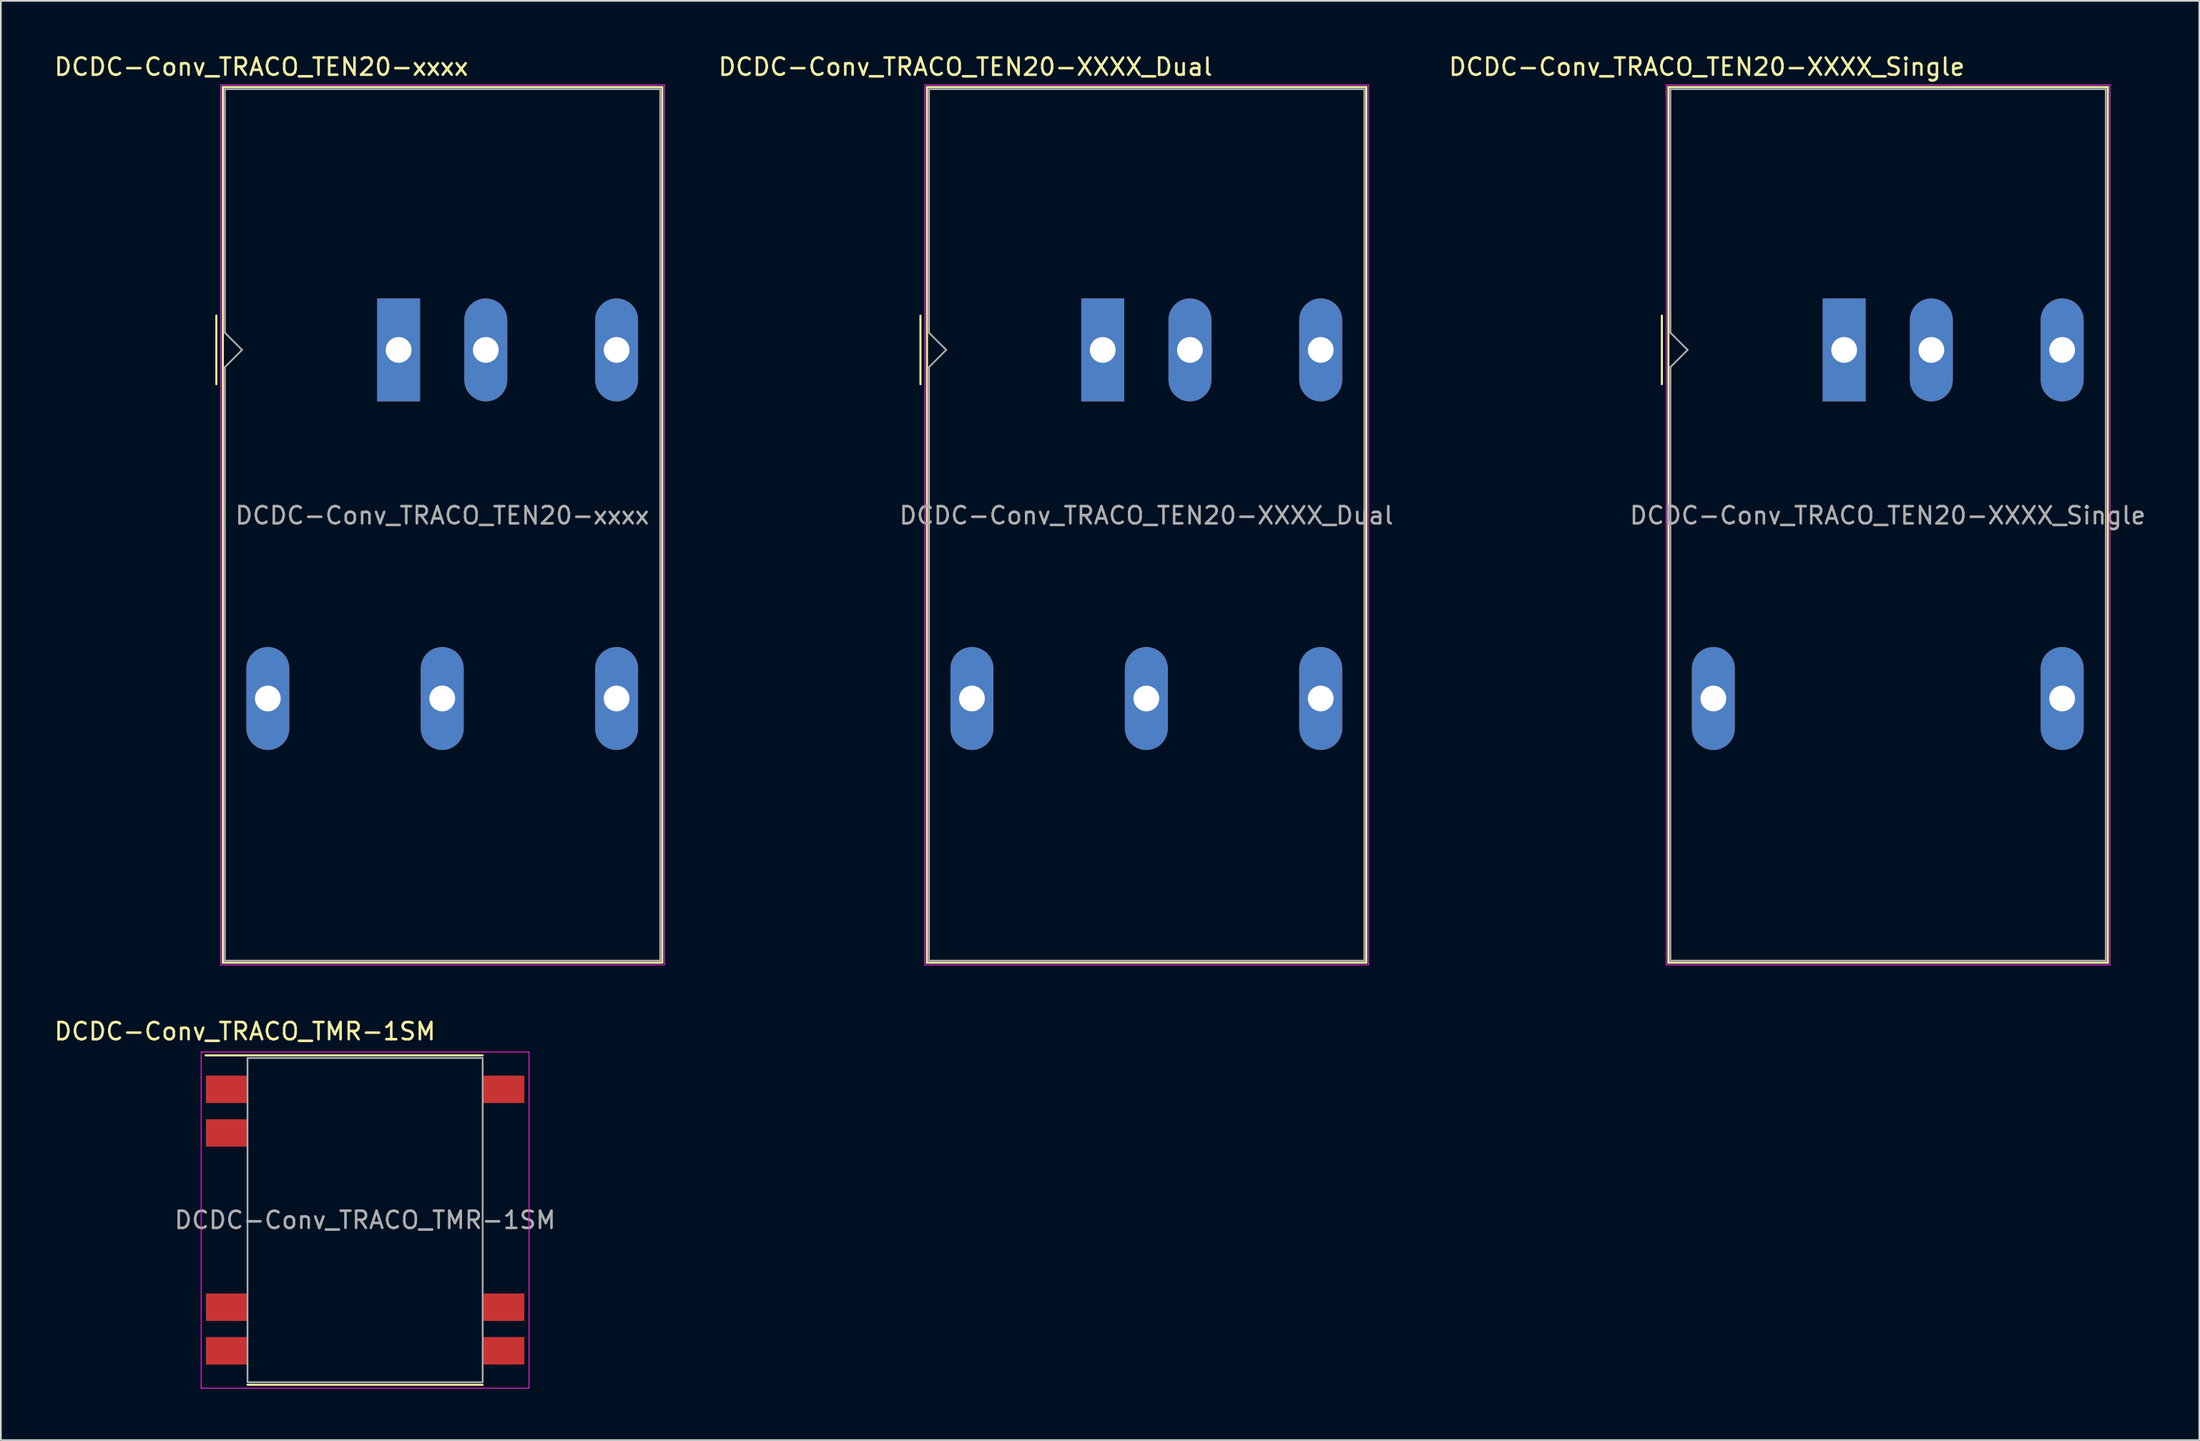
<source format=kicad_pcb>
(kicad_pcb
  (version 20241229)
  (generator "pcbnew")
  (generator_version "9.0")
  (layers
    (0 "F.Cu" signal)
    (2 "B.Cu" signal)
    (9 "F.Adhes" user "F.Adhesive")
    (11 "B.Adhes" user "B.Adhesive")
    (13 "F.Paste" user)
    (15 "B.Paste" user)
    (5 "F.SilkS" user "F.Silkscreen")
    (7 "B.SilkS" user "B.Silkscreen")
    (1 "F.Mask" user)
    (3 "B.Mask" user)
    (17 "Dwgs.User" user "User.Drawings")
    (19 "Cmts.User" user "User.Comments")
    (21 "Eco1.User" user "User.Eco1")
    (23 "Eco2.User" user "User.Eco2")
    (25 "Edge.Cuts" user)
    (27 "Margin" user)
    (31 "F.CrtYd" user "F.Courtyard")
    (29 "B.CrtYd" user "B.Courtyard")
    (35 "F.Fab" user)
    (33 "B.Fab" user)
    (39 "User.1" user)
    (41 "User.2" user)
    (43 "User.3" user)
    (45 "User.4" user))
  (footprint "DCDC-Conv_TRACO_TEN20-XXXX_Single"
    (layer "F.Cu")
    (at 104.388 17.348)
    (property "Reference" "DCDC-Conv_TRACO_TEN20-XXXX_Single" (at -8 -16.5 180) (layer "F.SilkS") (effects (font (size 1 1) (thickness 0.15))))
    (attr through_hole)
    (fp_line (start -10.62 -2) (end -10.62 2) (stroke (width 0.12) (type solid)) (layer "F.SilkS"))
    (fp_line (start -10.24 -15.32) (end 15.36 -15.32) (stroke (width 0.12) (type solid)) (layer "F.SilkS"))
    (fp_line (start -10.24 35.72) (end -10.24 -15.32) (stroke (width 0.12) (type solid)) (layer "F.SilkS"))
    (fp_line (start 15.36 -15.32) (end 15.36 35.72) (stroke (width 0.12) (type solid)) (layer "F.SilkS"))
    (fp_line (start 15.36 35.72) (end -10.24 35.72) (stroke (width 0.12) (type solid)) (layer "F.SilkS"))
    (fp_line (start -10.37 -15.45) (end 15.49 -15.45) (stroke (width 0.05) (type solid)) (layer "F.CrtYd"))
    (fp_line (start -10.37 35.85) (end -10.37 -15.45) (stroke (width 0.05) (type solid)) (layer "F.CrtYd"))
    (fp_line (start -10.37 35.85) (end 15.49 35.85) (stroke (width 0.05) (type solid)) (layer "F.CrtYd"))
    (fp_line (start 15.49 35.85) (end 15.49 -15.45) (stroke (width 0.05) (type solid)) (layer "F.CrtYd"))
    (fp_line (start -10.12 -1) (end -10.12 -15.2) (stroke (width 0.1) (type solid)) (layer "F.Fab"))
    (fp_line (start -10.12 1) (end -10.12 35.6) (stroke (width 0.1) (type solid)) (layer "F.Fab"))
    (fp_line (start -10.12 1) (end -9.12 0) (stroke (width 0.1) (type solid)) (layer "F.Fab"))
    (fp_line (start -10.12 35.6) (end 15.24 35.6) (stroke (width 0.1) (type solid)) (layer "F.Fab"))
    (fp_line (start -9.12 0) (end -10.12 -1) (stroke (width 0.1) (type solid)) (layer "F.Fab"))
    (fp_line (start 15.24 -15.2) (end -10.12 -15.2) (stroke (width 0.1) (type solid)) (layer "F.Fab"))
    (fp_line (start 15.24 35.6) (end 15.24 -15.2) (stroke (width 0.1) (type solid)) (layer "F.Fab"))
    (fp_text user "${REFERENCE}" (at 2.54 9.652 0) (layer "F.Fab") (effects (font (size 1 1) (thickness 0.15))))
    (pad "1" thru_hole rect (at 0 0 90) (size 6 2.5) (drill 1.5) (layers "*.Cu" "*.Mask"))
    (pad "2" thru_hole oval (at 5.08 0 90) (size 6 2.5) (drill 1.5) (layers "*.Cu" "*.Mask"))
    (pad "3" thru_hole oval (at -7.62 20.32 90) (size 6 2.5) (drill 1.5) (layers "*.Cu" "*.Mask"))
    (pad "5" thru_hole oval (at 12.7 20.32 90) (size 6 2.5) (drill 1.5) (layers "*.Cu" "*.Mask"))
    (pad "6" thru_hole oval (at 12.7 0 90) (size 6 2.5) (drill 1.5) (layers "*.Cu" "*.Mask")))
  (footprint "DCDC-Conv_TRACO_TMR-1SM"
    (layer "F.Cu")
    (at 18.22 68.072)
    (property "Reference" "DCDC-Conv_TRACO_TMR-1SM" (at -7 -11 0) (layer "F.SilkS") (effects (font (size 1 1) (thickness 0.15))))
    (attr smd)
    (fp_line (start -9.3 -9.6) (end 6.85 -9.6) (stroke (width 0.12) (type solid)) (layer "F.SilkS"))
    (fp_line (start -6.85 9.6) (end 6.85 9.6) (stroke (width 0.12) (type solid)) (layer "F.SilkS"))
    (fp_line (start -9.55 -9.8) (end -9.55 9.8) (stroke (width 0.05) (type solid)) (layer "F.CrtYd"))
    (fp_line (start -9.55 -9.8) (end 9.55 -9.8) (stroke (width 0.05) (type solid)) (layer "F.CrtYd"))
    (fp_line (start -9.55 9.8) (end 9.55 9.8) (stroke (width 0.05) (type solid)) (layer "F.CrtYd"))
    (fp_line (start 9.55 -9.8) (end 9.55 9.8) (stroke (width 0.05) (type solid)) (layer "F.CrtYd"))
    (fp_line (start -6.85 -9.45) (end -6.85 9.45) (stroke (width 0.1) (type solid)) (layer "F.Fab"))
    (fp_line (start 6.85 -9.45) (end -6.85 -9.45) (stroke (width 0.1) (type solid)) (layer "F.Fab"))
    (fp_line (start 6.85 -9.45) (end 6.85 9.45) (stroke (width 0.1) (type solid)) (layer "F.Fab"))
    (fp_line (start 6.85 9.45) (end -6.85 9.45) (stroke (width 0.1) (type solid)) (layer "F.Fab"))
    (fp_text user "${REFERENCE}" (at 0 0 180) (layer "F.Fab") (effects (font (size 1 1) (thickness 0.15))))
    (pad "1" smd rect (at -8.075 -7.62) (size 2.4 1.6) (layers "F.Cu" "F.Mask" "F.Paste"))
    (pad "2" smd rect (at -8.075 -5.08) (size 2.4 1.6) (layers "F.Cu" "F.Mask" "F.Paste"))
    (pad "6" smd rect (at -8.075 5.08) (size 2.4 1.6) (layers "F.Cu" "F.Mask" "F.Paste"))
    (pad "7" smd rect (at -8.075 7.62) (size 2.4 1.6) (layers "F.Cu" "F.Mask" "F.Paste"))
    (pad "8" smd rect (at 8.075 7.62) (size 2.4 1.6) (layers "F.Cu" "F.Mask" "F.Paste"))
    (pad "9" smd rect (at 8.075 5.08) (size 2.4 1.6) (layers "F.Cu" "F.Mask" "F.Paste"))
    (pad "14" smd rect (at 8.075 -7.62) (size 2.4 1.6) (layers "F.Cu" "F.Mask" "F.Paste")))
  (footprint "DCDC-Conv_TRACO_TEN20-XXXX_Dual"
    (layer "F.Cu")
    (at 61.194 17.348)
    (property "Reference" "DCDC-Conv_TRACO_TEN20-XXXX_Dual" (at -8 -16.5 180) (layer "F.SilkS") (effects (font (size 1 1) (thickness 0.15))))
    (attr through_hole)
    (fp_line (start -10.62 -2) (end -10.62 2) (stroke (width 0.12) (type solid)) (layer "F.SilkS"))
    (fp_line (start -10.24 -15.32) (end 15.36 -15.32) (stroke (width 0.12) (type solid)) (layer "F.SilkS"))
    (fp_line (start -10.24 35.72) (end -10.24 -15.32) (stroke (width 0.12) (type solid)) (layer "F.SilkS"))
    (fp_line (start 15.36 -15.32) (end 15.36 35.72) (stroke (width 0.12) (type solid)) (layer "F.SilkS"))
    (fp_line (start 15.36 35.72) (end -10.24 35.72) (stroke (width 0.12) (type solid)) (layer "F.SilkS"))
    (fp_line (start -10.37 -15.45) (end 15.49 -15.45) (stroke (width 0.05) (type solid)) (layer "F.CrtYd"))
    (fp_line (start -10.37 35.85) (end -10.37 -15.45) (stroke (width 0.05) (type solid)) (layer "F.CrtYd"))
    (fp_line (start -10.37 35.85) (end 15.49 35.85) (stroke (width 0.05) (type solid)) (layer "F.CrtYd"))
    (fp_line (start 15.49 35.85) (end 15.49 -15.45) (stroke (width 0.05) (type solid)) (layer "F.CrtYd"))
    (fp_line (start -10.12 -1) (end -10.12 -15.2) (stroke (width 0.1) (type solid)) (layer "F.Fab"))
    (fp_line (start -10.12 1) (end -10.12 35.6) (stroke (width 0.1) (type solid)) (layer "F.Fab"))
    (fp_line (start -10.12 1) (end -9.12 0) (stroke (width 0.1) (type solid)) (layer "F.Fab"))
    (fp_line (start -10.12 35.6) (end 15.24 35.6) (stroke (width 0.1) (type solid)) (layer "F.Fab"))
    (fp_line (start -9.12 0) (end -10.12 -1) (stroke (width 0.1) (type solid)) (layer "F.Fab"))
    (fp_line (start 15.24 -15.2) (end -10.12 -15.2) (stroke (width 0.1) (type solid)) (layer "F.Fab"))
    (fp_line (start 15.24 35.6) (end 15.24 -15.2) (stroke (width 0.1) (type solid)) (layer "F.Fab"))
    (fp_text user "${REFERENCE}" (at 2.54 9.652 0) (layer "F.Fab") (effects (font (size 1 1) (thickness 0.15))))
    (pad "1" thru_hole rect (at 0 0 90) (size 6 2.5) (drill 1.5) (layers "*.Cu" "*.Mask"))
    (pad "2" thru_hole oval (at 5.08 0 90) (size 6 2.5) (drill 1.5) (layers "*.Cu" "*.Mask"))
    (pad "3" thru_hole oval (at -7.62 20.32 90) (size 6 2.5) (drill 1.5) (layers "*.Cu" "*.Mask"))
    (pad "4" thru_hole oval (at 2.54 20.32 90) (size 6 2.5) (drill 1.5) (layers "*.Cu" "*.Mask"))
    (pad "5" thru_hole oval (at 12.7 20.32 90) (size 6 2.5) (drill 1.5) (layers "*.Cu" "*.Mask"))
    (pad "6" thru_hole oval (at 12.7 0 90) (size 6 2.5) (drill 1.5) (layers "*.Cu" "*.Mask")))
  (footprint "DCDC-Conv_TRACO_TEN20-xxxx"
    (layer "F.Cu")
    (at 20.173 17.348)
    (property "Reference" "DCDC-Conv_TRACO_TEN20-xxxx" (at -8 -16.5 180) (layer "F.SilkS") (effects (font (size 1 1) (thickness 0.15))))
    (attr through_hole)
    (fp_line (start -10.62 -2) (end -10.62 2) (stroke (width 0.12) (type solid)) (layer "F.SilkS"))
    (fp_line (start -10.24 -15.32) (end 15.36 -15.32) (stroke (width 0.12) (type solid)) (layer "F.SilkS"))
    (fp_line (start -10.24 35.72) (end -10.24 -15.32) (stroke (width 0.12) (type solid)) (layer "F.SilkS"))
    (fp_line (start 15.36 -15.32) (end 15.36 35.72) (stroke (width 0.12) (type solid)) (layer "F.SilkS"))
    (fp_line (start 15.36 35.72) (end -10.24 35.72) (stroke (width 0.12) (type solid)) (layer "F.SilkS"))
    (fp_line (start -10.37 -15.45) (end 15.49 -15.45) (stroke (width 0.05) (type solid)) (layer "F.CrtYd"))
    (fp_line (start -10.37 35.85) (end -10.37 -15.45) (stroke (width 0.05) (type solid)) (layer "F.CrtYd"))
    (fp_line (start -10.37 35.85) (end 15.49 35.85) (stroke (width 0.05) (type solid)) (layer "F.CrtYd"))
    (fp_line (start 15.49 35.85) (end 15.49 -15.45) (stroke (width 0.05) (type solid)) (layer "F.CrtYd"))
    (fp_line (start -10.12 -1) (end -10.12 -15.2) (stroke (width 0.1) (type solid)) (layer "F.Fab"))
    (fp_line (start -10.12 1) (end -10.12 35.6) (stroke (width 0.1) (type solid)) (layer "F.Fab"))
    (fp_line (start -10.12 1) (end -9.12 0) (stroke (width 0.1) (type solid)) (layer "F.Fab"))
    (fp_line (start -10.12 35.6) (end 15.24 35.6) (stroke (width 0.1) (type solid)) (layer "F.Fab"))
    (fp_line (start -9.12 0) (end -10.12 -1) (stroke (width 0.1) (type solid)) (layer "F.Fab"))
    (fp_line (start 15.24 -15.2) (end -10.12 -15.2) (stroke (width 0.1) (type solid)) (layer "F.Fab"))
    (fp_line (start 15.24 35.6) (end 15.24 -15.2) (stroke (width 0.1) (type solid)) (layer "F.Fab"))
    (fp_text user "${REFERENCE}" (at 2.54 9.652 0) (layer "F.Fab") (effects (font (size 1 1) (thickness 0.15))))
    (pad "1" thru_hole rect (at 0 0 90) (size 6 2.5) (drill 1.5) (layers "*.Cu" "*.Mask"))
    (pad "2" thru_hole oval (at 5.08 0 90) (size 6 2.5) (drill 1.5) (layers "*.Cu" "*.Mask"))
    (pad "3" thru_hole oval (at -7.62 20.32 90) (size 6 2.5) (drill 1.5) (layers "*.Cu" "*.Mask"))
    (pad "4" thru_hole oval (at 2.54 20.32 90) (size 6 2.5) (drill 1.5) (layers "*.Cu" "*.Mask"))
    (pad "5" thru_hole oval (at 12.7 20.32 90) (size 6 2.5) (drill 1.5) (layers "*.Cu" "*.Mask"))
    (pad "6" thru_hole oval (at 12.7 0 90) (size 6 2.5) (drill 1.5) (layers "*.Cu" "*.Mask")))
  (gr_rect
    (start -3 -3)
    (end 125.077 80.897)
    (stroke (width 0.1) (type default))
    (fill no)
    (layer "Edge.Cuts")))
</source>
